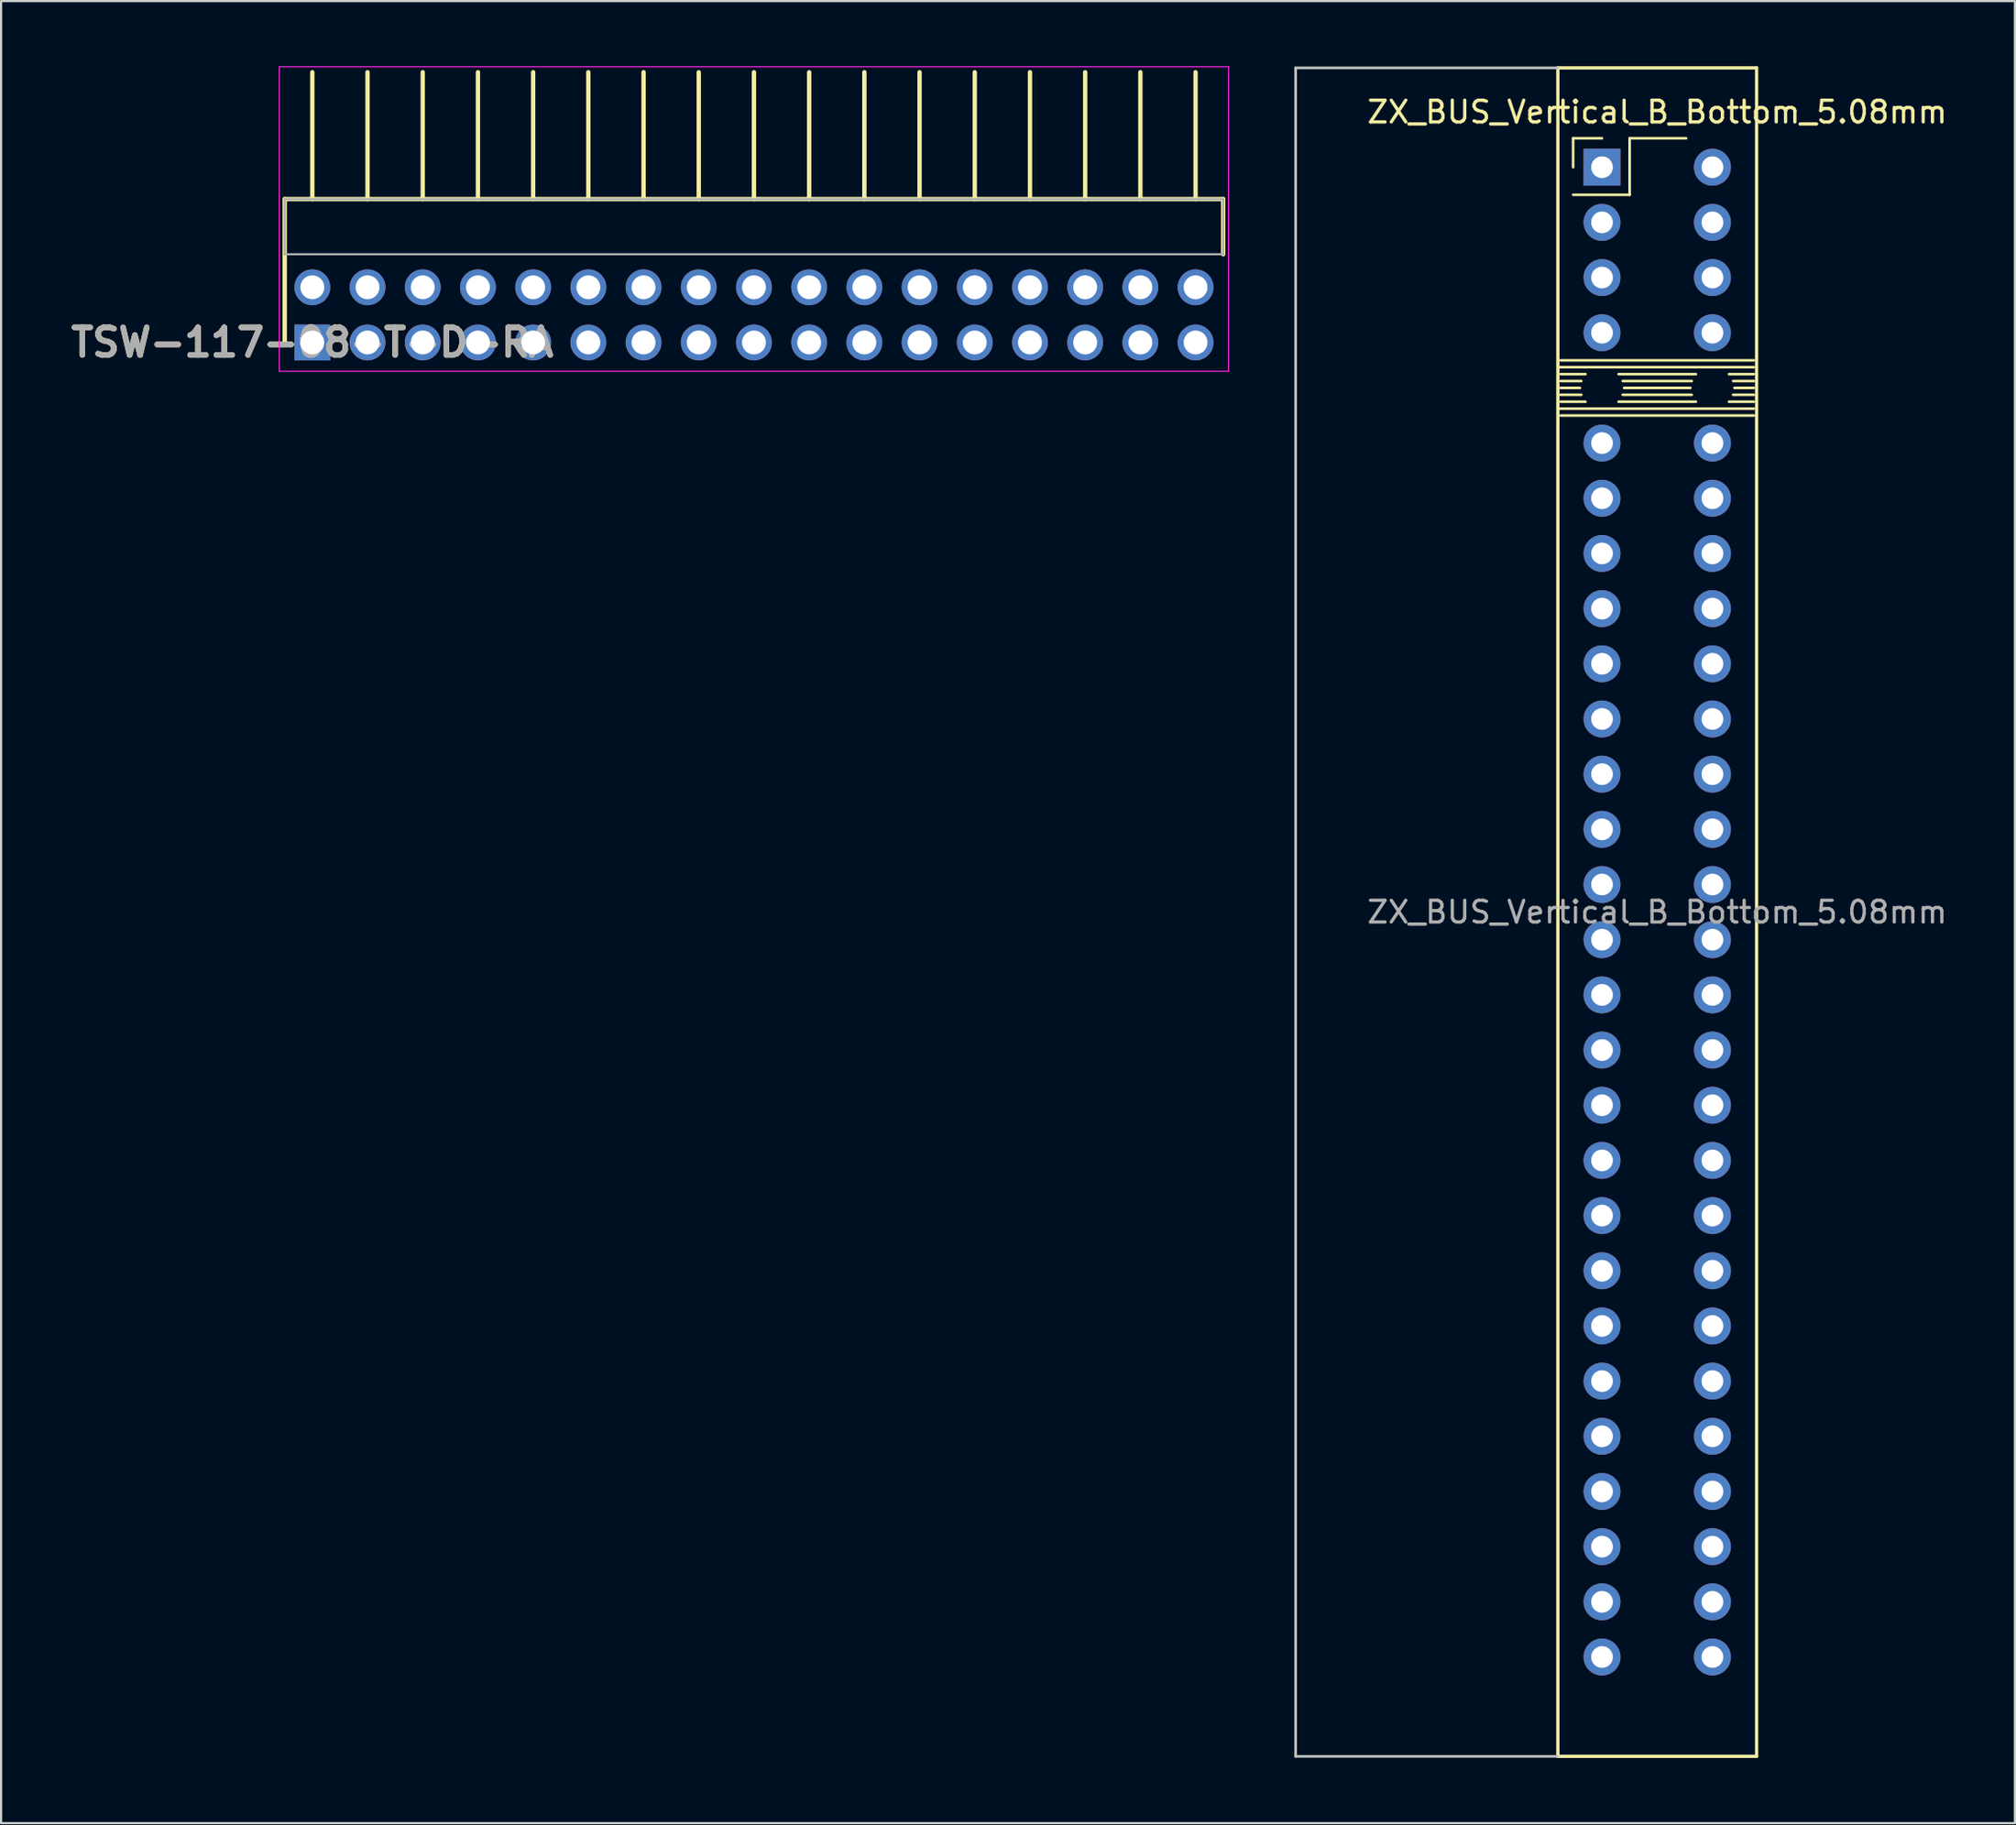
<source format=kicad_pcb>
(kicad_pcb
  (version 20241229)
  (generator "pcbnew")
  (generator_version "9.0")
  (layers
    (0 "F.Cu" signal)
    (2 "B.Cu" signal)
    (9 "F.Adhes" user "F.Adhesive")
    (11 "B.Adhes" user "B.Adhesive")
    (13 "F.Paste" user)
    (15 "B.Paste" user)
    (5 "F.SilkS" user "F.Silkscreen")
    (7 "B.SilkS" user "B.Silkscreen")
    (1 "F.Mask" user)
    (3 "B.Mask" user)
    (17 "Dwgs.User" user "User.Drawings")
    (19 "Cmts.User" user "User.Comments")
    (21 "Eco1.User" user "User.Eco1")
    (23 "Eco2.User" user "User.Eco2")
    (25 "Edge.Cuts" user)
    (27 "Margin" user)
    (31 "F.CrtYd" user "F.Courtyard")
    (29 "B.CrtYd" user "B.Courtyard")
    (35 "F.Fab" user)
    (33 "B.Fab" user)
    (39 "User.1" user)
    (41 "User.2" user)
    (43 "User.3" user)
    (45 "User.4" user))
  (footprint "TSW-117-08-T-D-RA"
    (layer "F.Cu")
    (at 11.321 12.715)
    (property "Reference" "TSW-117-08-T-D-RA" (at 0 0 0) (layer "F.SilkS") (effects (font (size 1.27 1.27) (thickness 0.254))))
    (attr through_hole)
    (fp_line (start -1.27 -6.6) (end 41.91 -6.6) (stroke (width 0.2) (type solid)) (layer "F.SilkS"))
    (fp_line (start -1.27 0) (end -1.27 -6.6) (stroke (width 0.2) (type solid)) (layer "F.SilkS"))
    (fp_line (start 0 -6.6) (end 0 -12.44) (stroke (width 0.2) (type solid)) (layer "F.SilkS"))
    (fp_line (start 2.54 -6.6) (end 2.54 -12.44) (stroke (width 0.2) (type solid)) (layer "F.SilkS"))
    (fp_line (start 5.08 -6.6) (end 5.08 -12.44) (stroke (width 0.2) (type solid)) (layer "F.SilkS"))
    (fp_line (start 7.62 -6.6) (end 7.62 -12.44) (stroke (width 0.2) (type solid)) (layer "F.SilkS"))
    (fp_line (start 10.16 -6.6) (end 10.16 -12.44) (stroke (width 0.2) (type solid)) (layer "F.SilkS"))
    (fp_line (start 12.7 -6.6) (end 12.7 -12.44) (stroke (width 0.2) (type solid)) (layer "F.SilkS"))
    (fp_line (start 15.24 -6.6) (end 15.24 -12.44) (stroke (width 0.2) (type solid)) (layer "F.SilkS"))
    (fp_line (start 17.78 -6.6) (end 17.78 -12.44) (stroke (width 0.2) (type solid)) (layer "F.SilkS"))
    (fp_line (start 20.32 -6.6) (end 20.32 -12.44) (stroke (width 0.2) (type solid)) (layer "F.SilkS"))
    (fp_line (start 22.86 -6.6) (end 22.86 -12.44) (stroke (width 0.2) (type solid)) (layer "F.SilkS"))
    (fp_line (start 25.4 -6.6) (end 25.4 -12.44) (stroke (width 0.2) (type solid)) (layer "F.SilkS"))
    (fp_line (start 27.94 -6.6) (end 27.94 -12.44) (stroke (width 0.2) (type solid)) (layer "F.SilkS"))
    (fp_line (start 30.48 -6.6) (end 30.48 -12.44) (stroke (width 0.2) (type solid)) (layer "F.SilkS"))
    (fp_line (start 33.02 -6.6) (end 33.02 -12.44) (stroke (width 0.2) (type solid)) (layer "F.SilkS"))
    (fp_line (start 35.56 -6.6) (end 35.56 -12.44) (stroke (width 0.2) (type solid)) (layer "F.SilkS"))
    (fp_line (start 38.1 -6.6) (end 38.1 -12.44) (stroke (width 0.2) (type solid)) (layer "F.SilkS"))
    (fp_line (start 40.64 -6.6) (end 40.64 -12.44) (stroke (width 0.2) (type solid)) (layer "F.SilkS"))
    (fp_line (start 41.91 -6.6) (end 41.91 -4.06) (stroke (width 0.2) (type solid)) (layer "F.SilkS"))
    (fp_line (start -1.52 -12.69) (end -1.52 1.325) (stroke (width 0.05) (type solid)) (layer "F.CrtYd"))
    (fp_line (start -1.52 1.325) (end 42.16 1.325) (stroke (width 0.05) (type solid)) (layer "F.CrtYd"))
    (fp_line (start 42.16 -12.69) (end -1.52 -12.69) (stroke (width 0.05) (type solid)) (layer "F.CrtYd"))
    (fp_line (start 42.16 1.325) (end 42.16 -12.69) (stroke (width 0.05) (type solid)) (layer "F.CrtYd"))
    (fp_line (start -1.27 -6.6) (end 41.91 -6.6) (stroke (width 0.1) (type solid)) (layer "F.Fab"))
    (fp_line (start -1.27 -4.06) (end -1.27 -6.6) (stroke (width 0.1) (type solid)) (layer "F.Fab"))
    (fp_line (start 41.91 -6.6) (end 41.91 -4.06) (stroke (width 0.1) (type solid)) (layer "F.Fab"))
    (fp_line (start 41.91 -4.06) (end -1.27 -4.06) (stroke (width 0.1) (type solid)) (layer "F.Fab"))
    (fp_text user "${REFERENCE}" (at 0 0 0) (layer "F.Fab") (effects (font (size 1.27 1.27) (thickness 0.254))))
    (pad "1" thru_hole rect (at 0 0) (size 1.65 1.65) (drill 1.1) (layers "*.Cu" "*.Mask"))
    (pad "2" thru_hole circle (at 0 -2.54) (size 1.65 1.65) (drill 1.1) (layers "*.Cu" "*.Mask"))
    (pad "3" thru_hole circle (at 2.54 0) (size 1.65 1.65) (drill 1.1) (layers "*.Cu" "*.Mask"))
    (pad "4" thru_hole circle (at 2.54 -2.54) (size 1.65 1.65) (drill 1.1) (layers "*.Cu" "*.Mask"))
    (pad "5" thru_hole circle (at 5.08 0) (size 1.65 1.65) (drill 1.1) (layers "*.Cu" "*.Mask"))
    (pad "6" thru_hole circle (at 5.08 -2.54) (size 1.65 1.65) (drill 1.1) (layers "*.Cu" "*.Mask"))
    (pad "7" thru_hole circle (at 7.62 0) (size 1.65 1.65) (drill 1.1) (layers "*.Cu" "*.Mask"))
    (pad "8" thru_hole circle (at 7.62 -2.54) (size 1.65 1.65) (drill 1.1) (layers "*.Cu" "*.Mask"))
    (pad "9" thru_hole circle (at 10.16 0) (size 1.65 1.65) (drill 1.1) (layers "*.Cu" "*.Mask"))
    (pad "10" thru_hole circle (at 10.16 -2.54) (size 1.65 1.65) (drill 1.1) (layers "*.Cu" "*.Mask"))
    (pad "11" thru_hole circle (at 12.7 0) (size 1.65 1.65) (drill 1.1) (layers "*.Cu" "*.Mask"))
    (pad "12" thru_hole circle (at 12.7 -2.54) (size 1.65 1.65) (drill 1.1) (layers "*.Cu" "*.Mask"))
    (pad "13" thru_hole circle (at 15.24 0) (size 1.65 1.65) (drill 1.1) (layers "*.Cu" "*.Mask"))
    (pad "14" thru_hole circle (at 15.24 -2.54) (size 1.65 1.65) (drill 1.1) (layers "*.Cu" "*.Mask"))
    (pad "15" thru_hole circle (at 17.78 0) (size 1.65 1.65) (drill 1.1) (layers "*.Cu" "*.Mask"))
    (pad "16" thru_hole circle (at 17.78 -2.54) (size 1.65 1.65) (drill 1.1) (layers "*.Cu" "*.Mask"))
    (pad "17" thru_hole circle (at 20.32 0) (size 1.65 1.65) (drill 1.1) (layers "*.Cu" "*.Mask"))
    (pad "18" thru_hole circle (at 20.32 -2.54) (size 1.65 1.65) (drill 1.1) (layers "*.Cu" "*.Mask"))
    (pad "19" thru_hole circle (at 22.86 0) (size 1.65 1.65) (drill 1.1) (layers "*.Cu" "*.Mask"))
    (pad "20" thru_hole circle (at 22.86 -2.54) (size 1.65 1.65) (drill 1.1) (layers "*.Cu" "*.Mask"))
    (pad "21" thru_hole circle (at 25.4 0) (size 1.65 1.65) (drill 1.1) (layers "*.Cu" "*.Mask"))
    (pad "22" thru_hole circle (at 25.4 -2.54) (size 1.65 1.65) (drill 1.1) (layers "*.Cu" "*.Mask"))
    (pad "23" thru_hole circle (at 27.94 0) (size 1.65 1.65) (drill 1.1) (layers "*.Cu" "*.Mask"))
    (pad "24" thru_hole circle (at 27.94 -2.54) (size 1.65 1.65) (drill 1.1) (layers "*.Cu" "*.Mask"))
    (pad "25" thru_hole circle (at 30.48 0) (size 1.65 1.65) (drill 1.1) (layers "*.Cu" "*.Mask"))
    (pad "26" thru_hole circle (at 30.48 -2.54) (size 1.65 1.65) (drill 1.1) (layers "*.Cu" "*.Mask"))
    (pad "27" thru_hole circle (at 33.02 0) (size 1.65 1.65) (drill 1.1) (layers "*.Cu" "*.Mask"))
    (pad "28" thru_hole circle (at 33.02 -2.54) (size 1.65 1.65) (drill 1.1) (layers "*.Cu" "*.Mask"))
    (pad "29" thru_hole circle (at 35.56 0) (size 1.65 1.65) (drill 1.1) (layers "*.Cu" "*.Mask"))
    (pad "30" thru_hole circle (at 35.56 -2.54) (size 1.65 1.65) (drill 1.1) (layers "*.Cu" "*.Mask"))
    (pad "31" thru_hole circle (at 38.1 0) (size 1.65 1.65) (drill 1.1) (layers "*.Cu" "*.Mask"))
    (pad "32" thru_hole circle (at 38.1 -2.54) (size 1.65 1.65) (drill 1.1) (layers "*.Cu" "*.Mask"))
    (pad "33" thru_hole circle (at 40.64 0) (size 1.65 1.65) (drill 1.1) (layers "*.Cu" "*.Mask"))
    (pad "34" thru_hole circle (at 40.64 -2.54) (size 1.65 1.65) (drill 1.1) (layers "*.Cu" "*.Mask")))
  (footprint "ZX_BUS_Vertical_B_Bottom_5.08mm"
    (layer "F.Cu")
    (at 70.663 4.647)
    (property "Reference" "ZX_BUS_Vertical_B_Bottom_5.08mm" (at 2.54 -2.54 0) (layer "F.SilkS") (effects (font (size 1 1) (thickness 0.15))))
    (attr through_hole)
    (fp_line (start -2.032 -4.572) (end -2.032 73.152) (stroke (width 0.15) (type solid)) (layer "F.SilkS"))
    (fp_line (start -2.032 -4.572) (end 7.112 -4.572) (stroke (width 0.15) (type solid)) (layer "F.SilkS"))
    (fp_line (start -1.968 9.207) (end 6.985 9.207) (stroke (width 0.12) (type solid)) (layer "F.SilkS"))
    (fp_line (start -1.905 9.525) (end -0.762 9.525) (stroke (width 0.12) (type solid)) (layer "F.SilkS"))
    (fp_line (start -1.905 9.842) (end -0.953 9.842) (stroke (width 0.12) (type solid)) (layer "F.SilkS"))
    (fp_line (start -1.905 11.43) (end 6.985 11.43) (stroke (width 0.12) (type solid)) (layer "F.SilkS"))
    (fp_line (start -1.33 -1.33) (end 0 -1.33) (stroke (width 0.12) (type solid)) (layer "F.SilkS"))
    (fp_line (start -1.33 0) (end -1.33 -1.33) (stroke (width 0.12) (type solid)) (layer "F.SilkS"))
    (fp_line (start -1.33 1.27) (end 1.27 1.27) (stroke (width 0.12) (type solid)) (layer "F.SilkS"))
    (fp_line (start -1.016 10.16) (end -1.905 10.16) (stroke (width 0.12) (type solid)) (layer "F.SilkS"))
    (fp_line (start -0.953 10.477) (end -1.905 10.477) (stroke (width 0.12) (type solid)) (layer "F.SilkS"))
    (fp_line (start -0.762 10.795) (end -1.905 10.795) (stroke (width 0.12) (type solid)) (layer "F.SilkS"))
    (fp_line (start 0.762 9.525) (end 4.318 9.525) (stroke (width 0.12) (type solid)) (layer "F.SilkS"))
    (fp_line (start 0.762 10.795) (end 4.318 10.795) (stroke (width 0.12) (type solid)) (layer "F.SilkS"))
    (fp_line (start 0.953 9.842) (end 4.128 9.842) (stroke (width 0.12) (type solid)) (layer "F.SilkS"))
    (fp_line (start 1.27 -1.33) (end 3.87 -1.33) (stroke (width 0.12) (type solid)) (layer "F.SilkS"))
    (fp_line (start 1.27 1.27) (end 1.27 -1.33) (stroke (width 0.12) (type solid)) (layer "F.SilkS"))
    (fp_line (start 4.064 10.16) (end 1.016 10.16) (stroke (width 0.12) (type solid)) (layer "F.SilkS"))
    (fp_line (start 4.128 10.477) (end 0.953 10.477) (stroke (width 0.12) (type solid)) (layer "F.SilkS"))
    (fp_line (start 5.842 9.525) (end 6.985 9.525) (stroke (width 0.12) (type solid)) (layer "F.SilkS"))
    (fp_line (start 5.842 10.795) (end 6.985 10.795) (stroke (width 0.12) (type solid)) (layer "F.SilkS"))
    (fp_line (start 6.032 9.842) (end 6.985 9.842) (stroke (width 0.12) (type solid)) (layer "F.SilkS"))
    (fp_line (start 6.985 8.89) (end -1.905 8.89) (stroke (width 0.12) (type solid)) (layer "F.SilkS"))
    (fp_line (start 6.985 10.16) (end 6.096 10.16) (stroke (width 0.12) (type solid)) (layer "F.SilkS"))
    (fp_line (start 6.985 10.477) (end 6.032 10.477) (stroke (width 0.12) (type solid)) (layer "F.SilkS"))
    (fp_line (start 6.985 11.113) (end -1.968 11.113) (stroke (width 0.12) (type solid)) (layer "F.SilkS"))
    (fp_line (start 7.112 -4.572) (end 7.112 73.152) (stroke (width 0.15) (type solid)) (layer "F.SilkS"))
    (fp_line (start 7.112 73.152) (end -2.032 73.152) (stroke (width 0.15) (type solid)) (layer "F.SilkS"))
    (fp_line (start -14.097 -4.572) (end -14.097 73.152) (stroke (width 0.12) (type solid)) (layer "Dwgs.User"))
    (fp_line (start -14.097 73.152) (end -2.032 73.152) (stroke (width 0.12) (type solid)) (layer "Dwgs.User"))
    (fp_line (start -2.032 -4.572) (end -14.097 -4.572) (stroke (width 0.12) (type solid)) (layer "Dwgs.User"))
    (fp_text user "${REFERENCE}" (at 2.54 34.29 180) (layer "F.Fab") (effects (font (size 1 1) (thickness 0.15))))
    (pad "A1" thru_hole oval (at 5.08 0) (size 1.7 1.7) (drill 1) (layers "*.Cu" "*.Mask"))
    (pad "A2" thru_hole oval (at 5.08 2.54) (size 1.7 1.7) (drill 1) (layers "*.Cu" "*.Mask"))
    (pad "A3" thru_hole oval (at 5.08 5.08) (size 1.7 1.7) (drill 1) (layers "*.Cu" "*.Mask"))
    (pad "A4" thru_hole oval (at 5.08 7.62) (size 1.7 1.7) (drill 1) (layers "*.Cu" "*.Mask"))
    (pad "A6" thru_hole oval (at 5.08 12.7) (size 1.7 1.7) (drill 1) (layers "*.Cu" "*.Mask"))
    (pad "A7" thru_hole oval (at 5.08 15.24) (size 1.7 1.7) (drill 1) (layers "*.Cu" "*.Mask"))
    (pad "A8" thru_hole oval (at 5.08 17.78) (size 1.7 1.7) (drill 1) (layers "*.Cu" "*.Mask"))
    (pad "A9" thru_hole oval (at 5.08 20.32) (size 1.7 1.7) (drill 1) (layers "*.Cu" "*.Mask"))
    (pad "A10" thru_hole oval (at 5.08 22.86) (size 1.7 1.7) (drill 1) (layers "*.Cu" "*.Mask"))
    (pad "A11" thru_hole oval (at 5.08 25.4) (size 1.7 1.7) (drill 1) (layers "*.Cu" "*.Mask"))
    (pad "A12" thru_hole oval (at 5.08 27.94) (size 1.7 1.7) (drill 1) (layers "*.Cu" "*.Mask"))
    (pad "A13" thru_hole oval (at 5.08 30.48) (size 1.7 1.7) (drill 1) (layers "*.Cu" "*.Mask"))
    (pad "A14" thru_hole oval (at 5.08 33.02) (size 1.7 1.7) (drill 1) (layers "*.Cu" "*.Mask"))
    (pad "A15" thru_hole oval (at 5.08 35.56) (size 1.7 1.7) (drill 1) (layers "*.Cu" "*.Mask"))
    (pad "A16" thru_hole oval (at 5.08 38.1) (size 1.7 1.7) (drill 1) (layers "*.Cu" "*.Mask"))
    (pad "A17" thru_hole oval (at 5.08 40.64) (size 1.7 1.7) (drill 1) (layers "*.Cu" "*.Mask"))
    (pad "A18" thru_hole oval (at 5.08 43.18) (size 1.7 1.7) (drill 1) (layers "*.Cu" "*.Mask"))
    (pad "A19" thru_hole oval (at 5.08 45.72) (size 1.7 1.7) (drill 1) (layers "*.Cu" "*.Mask"))
    (pad "A20" thru_hole oval (at 5.08 48.26) (size 1.7 1.7) (drill 1) (layers "*.Cu" "*.Mask"))
    (pad "A21" thru_hole oval (at 5.08 50.8) (size 1.7 1.7) (drill 1) (layers "*.Cu" "*.Mask"))
    (pad "A22" thru_hole oval (at 5.08 53.34) (size 1.7 1.7) (drill 1) (layers "*.Cu" "*.Mask"))
    (pad "A23" thru_hole oval (at 5.08 55.88) (size 1.7 1.7) (drill 1) (layers "*.Cu" "*.Mask"))
    (pad "A24" thru_hole oval (at 5.08 58.42) (size 1.7 1.7) (drill 1) (layers "*.Cu" "*.Mask"))
    (pad "A25" thru_hole oval (at 5.08 60.96) (size 1.7 1.7) (drill 1) (layers "*.Cu" "*.Mask"))
    (pad "A26" thru_hole oval (at 5.08 63.5) (size 1.7 1.7) (drill 1) (layers "*.Cu" "*.Mask"))
    (pad "A27" thru_hole oval (at 5.08 66.04) (size 1.7 1.7) (drill 1) (layers "*.Cu" "*.Mask"))
    (pad "A28" thru_hole oval (at 5.08 68.58) (size 1.7 1.7) (drill 1) (layers "*.Cu" "*.Mask"))
    (pad "B1" thru_hole rect (at 0 0) (size 1.7 1.7) (drill 1) (layers "*.Cu" "*.Mask"))
    (pad "B2" thru_hole circle (at 0 2.54) (size 1.7 1.7) (drill 1) (layers "*.Cu" "*.Mask"))
    (pad "B3" thru_hole circle (at 0 5.08) (size 1.7 1.7) (drill 1) (layers "*.Cu" "*.Mask"))
    (pad "B4" thru_hole circle (at 0 7.62) (size 1.7 1.7) (drill 1) (layers "*.Cu" "*.Mask"))
    (pad "B6" thru_hole circle (at 0 12.7) (size 1.7 1.7) (drill 1) (layers "*.Cu" "*.Mask"))
    (pad "B7" thru_hole circle (at 0 15.24) (size 1.7 1.7) (drill 1) (layers "*.Cu" "*.Mask"))
    (pad "B8" thru_hole circle (at 0 17.78) (size 1.7 1.7) (drill 1) (layers "*.Cu" "*.Mask"))
    (pad "B9" thru_hole circle (at 0 20.32) (size 1.7 1.7) (drill 1) (layers "*.Cu" "*.Mask"))
    (pad "B10" thru_hole circle (at 0 22.86) (size 1.7 1.7) (drill 1) (layers "*.Cu" "*.Mask"))
    (pad "B11" thru_hole circle (at 0 25.4) (size 1.7 1.7) (drill 1) (layers "*.Cu" "*.Mask"))
    (pad "B12" thru_hole circle (at 0 27.94) (size 1.7 1.7) (drill 1) (layers "*.Cu" "*.Mask"))
    (pad "B13" thru_hole circle (at 0 30.48) (size 1.7 1.7) (drill 1) (layers "*.Cu" "*.Mask"))
    (pad "B14" thru_hole circle (at 0 33.02) (size 1.7 1.7) (drill 1) (layers "*.Cu" "*.Mask"))
    (pad "B15" thru_hole circle (at 0 35.56) (size 1.7 1.7) (drill 1) (layers "*.Cu" "*.Mask"))
    (pad "B16" thru_hole circle (at 0 38.1) (size 1.7 1.7) (drill 1) (layers "*.Cu" "*.Mask"))
    (pad "B17" thru_hole circle (at 0 40.64) (size 1.7 1.7) (drill 1) (layers "*.Cu" "*.Mask"))
    (pad "B18" thru_hole circle (at 0 43.18) (size 1.7 1.7) (drill 1) (layers "*.Cu" "*.Mask"))
    (pad "B19" thru_hole circle (at 0 45.72) (size 1.7 1.7) (drill 1) (layers "*.Cu" "*.Mask"))
    (pad "B20" thru_hole circle (at 0 48.26) (size 1.7 1.7) (drill 1) (layers "*.Cu" "*.Mask"))
    (pad "B21" thru_hole circle (at 0 50.8) (size 1.7 1.7) (drill 1) (layers "*.Cu" "*.Mask"))
    (pad "B22" thru_hole circle (at 0 53.34) (size 1.7 1.7) (drill 1) (layers "*.Cu" "*.Mask"))
    (pad "B23" thru_hole circle (at 0 55.88) (size 1.7 1.7) (drill 1) (layers "*.Cu" "*.Mask"))
    (pad "B24" thru_hole circle (at 0 58.42) (size 1.7 1.7) (drill 1) (layers "*.Cu" "*.Mask"))
    (pad "B25" thru_hole circle (at 0 60.96) (size 1.7 1.7) (drill 1) (layers "*.Cu" "*.Mask"))
    (pad "B26" thru_hole circle (at 0 63.5) (size 1.7 1.7) (drill 1) (layers "*.Cu" "*.Mask"))
    (pad "B27" thru_hole circle (at 0 66.04) (size 1.7 1.7) (drill 1) (layers "*.Cu" "*.Mask"))
    (pad "B28" thru_hole circle (at 0 68.58) (size 1.7 1.7) (drill 1) (layers "*.Cu" "*.Mask")))
  (gr_rect
    (start -3 -3)
    (end 89.661 80.874)
    (stroke (width 0.1) (type default))
    (fill no)
    (layer "Edge.Cuts")))
</source>
